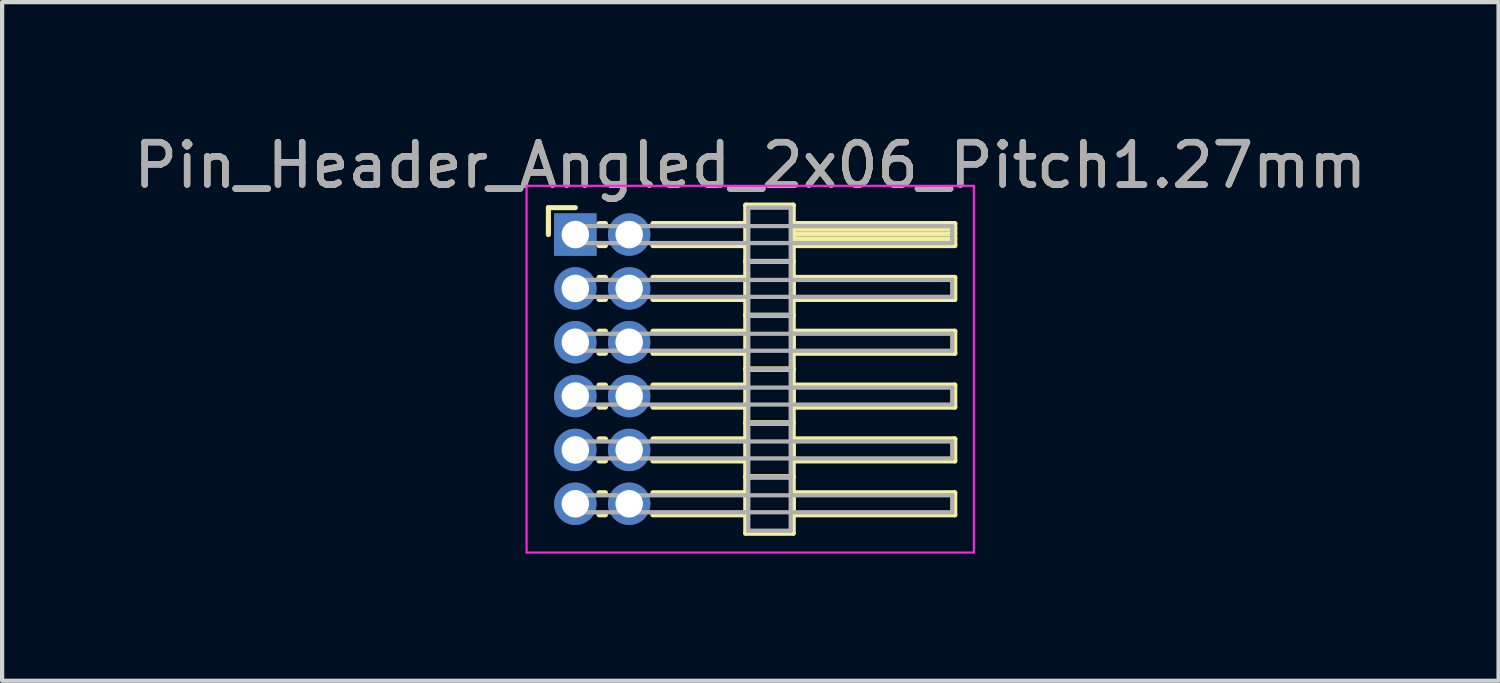
<source format=kicad_pcb>
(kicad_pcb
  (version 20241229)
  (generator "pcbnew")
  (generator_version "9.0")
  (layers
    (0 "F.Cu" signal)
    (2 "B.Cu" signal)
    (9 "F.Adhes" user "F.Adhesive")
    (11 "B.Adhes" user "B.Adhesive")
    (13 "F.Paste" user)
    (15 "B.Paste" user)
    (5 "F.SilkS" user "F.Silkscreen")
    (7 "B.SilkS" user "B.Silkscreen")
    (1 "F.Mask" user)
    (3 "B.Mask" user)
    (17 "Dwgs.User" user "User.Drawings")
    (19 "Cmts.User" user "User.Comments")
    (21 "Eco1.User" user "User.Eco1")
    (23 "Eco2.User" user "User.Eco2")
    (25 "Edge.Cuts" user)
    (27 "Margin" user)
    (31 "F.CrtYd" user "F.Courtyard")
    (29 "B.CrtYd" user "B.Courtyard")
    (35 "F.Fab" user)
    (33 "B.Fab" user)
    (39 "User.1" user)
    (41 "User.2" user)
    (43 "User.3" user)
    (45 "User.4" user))
  (footprint "Pin_Header_Angled_2x06_Pitch1.27mm"
    (layer "F.Cu")
    (at 10.521 2.483)
    (property "Reference" "Pin_Header_Angled_2x06_Pitch1.27mm" (at 4.128 -1.635 0) (layer "F.SilkS") (effects (font (size 1 1) (thickness 0.15))))
    (attr through_hole)
    (fp_line (start -0.635 -0.635) (end 0 -0.635) (stroke (width 0.12) (type solid)) (layer "F.SilkS"))
    (fp_line (start -0.635 0) (end -0.635 -0.635) (stroke (width 0.12) (type solid)) (layer "F.SilkS"))
    (fp_line (start 0.56 -0.26) (end 0.71 -0.26) (stroke (width 0.12) (type solid)) (layer "F.SilkS"))
    (fp_line (start 0.56 0.26) (end 0.71 0.26) (stroke (width 0.12) (type solid)) (layer "F.SilkS"))
    (fp_line (start 0.56 1.01) (end 0.71 1.01) (stroke (width 0.12) (type solid)) (layer "F.SilkS"))
    (fp_line (start 0.56 1.53) (end 0.71 1.53) (stroke (width 0.12) (type solid)) (layer "F.SilkS"))
    (fp_line (start 0.56 2.28) (end 0.71 2.28) (stroke (width 0.12) (type solid)) (layer "F.SilkS"))
    (fp_line (start 0.56 2.8) (end 0.71 2.8) (stroke (width 0.12) (type solid)) (layer "F.SilkS"))
    (fp_line (start 0.56 3.55) (end 0.71 3.55) (stroke (width 0.12) (type solid)) (layer "F.SilkS"))
    (fp_line (start 0.56 4.07) (end 0.71 4.07) (stroke (width 0.12) (type solid)) (layer "F.SilkS"))
    (fp_line (start 0.56 4.82) (end 0.71 4.82) (stroke (width 0.12) (type solid)) (layer "F.SilkS"))
    (fp_line (start 0.56 5.34) (end 0.71 5.34) (stroke (width 0.12) (type solid)) (layer "F.SilkS"))
    (fp_line (start 0.56 6.09) (end 0.71 6.09) (stroke (width 0.12) (type solid)) (layer "F.SilkS"))
    (fp_line (start 0.56 6.61) (end 0.71 6.61) (stroke (width 0.12) (type solid)) (layer "F.SilkS"))
    (fp_line (start 1.83 -0.26) (end 4.02 -0.26) (stroke (width 0.12) (type solid)) (layer "F.SilkS"))
    (fp_line (start 1.83 0.26) (end 4.02 0.26) (stroke (width 0.12) (type solid)) (layer "F.SilkS"))
    (fp_line (start 1.83 1.01) (end 4.02 1.01) (stroke (width 0.12) (type solid)) (layer "F.SilkS"))
    (fp_line (start 1.83 1.53) (end 4.02 1.53) (stroke (width 0.12) (type solid)) (layer "F.SilkS"))
    (fp_line (start 1.83 2.28) (end 4.02 2.28) (stroke (width 0.12) (type solid)) (layer "F.SilkS"))
    (fp_line (start 1.83 2.8) (end 4.02 2.8) (stroke (width 0.12) (type solid)) (layer "F.SilkS"))
    (fp_line (start 1.83 3.55) (end 4.02 3.55) (stroke (width 0.12) (type solid)) (layer "F.SilkS"))
    (fp_line (start 1.83 4.07) (end 4.02 4.07) (stroke (width 0.12) (type solid)) (layer "F.SilkS"))
    (fp_line (start 1.83 4.82) (end 4.02 4.82) (stroke (width 0.12) (type solid)) (layer "F.SilkS"))
    (fp_line (start 1.83 5.34) (end 4.02 5.34) (stroke (width 0.12) (type solid)) (layer "F.SilkS"))
    (fp_line (start 1.83 6.09) (end 4.02 6.09) (stroke (width 0.12) (type solid)) (layer "F.SilkS"))
    (fp_line (start 1.83 6.61) (end 4.02 6.61) (stroke (width 0.12) (type solid)) (layer "F.SilkS"))
    (fp_line (start 4.02 -0.695) (end 4.02 0.635) (stroke (width 0.12) (type solid)) (layer "F.SilkS"))
    (fp_line (start 4.02 0.635) (end 4.02 1.905) (stroke (width 0.12) (type solid)) (layer "F.SilkS"))
    (fp_line (start 4.02 0.635) (end 5.14 0.635) (stroke (width 0.12) (type solid)) (layer "F.SilkS"))
    (fp_line (start 4.02 1.905) (end 4.02 3.175) (stroke (width 0.12) (type solid)) (layer "F.SilkS"))
    (fp_line (start 4.02 1.905) (end 5.14 1.905) (stroke (width 0.12) (type solid)) (layer "F.SilkS"))
    (fp_line (start 4.02 3.175) (end 4.02 4.445) (stroke (width 0.12) (type solid)) (layer "F.SilkS"))
    (fp_line (start 4.02 3.175) (end 5.14 3.175) (stroke (width 0.12) (type solid)) (layer "F.SilkS"))
    (fp_line (start 4.02 4.445) (end 4.02 5.715) (stroke (width 0.12) (type solid)) (layer "F.SilkS"))
    (fp_line (start 4.02 4.445) (end 5.14 4.445) (stroke (width 0.12) (type solid)) (layer "F.SilkS"))
    (fp_line (start 4.02 5.715) (end 4.02 7.045) (stroke (width 0.12) (type solid)) (layer "F.SilkS"))
    (fp_line (start 4.02 5.715) (end 5.14 5.715) (stroke (width 0.12) (type solid)) (layer "F.SilkS"))
    (fp_line (start 4.02 7.045) (end 5.14 7.045) (stroke (width 0.12) (type solid)) (layer "F.SilkS"))
    (fp_line (start 5.14 -0.695) (end 4.02 -0.695) (stroke (width 0.12) (type solid)) (layer "F.SilkS"))
    (fp_line (start 5.14 -0.26) (end 5.14 0.26) (stroke (width 0.12) (type solid)) (layer "F.SilkS"))
    (fp_line (start 5.14 -0.14) (end 8.95 -0.14) (stroke (width 0.12) (type solid)) (layer "F.SilkS"))
    (fp_line (start 5.14 -0.02) (end 8.95 -0.02) (stroke (width 0.12) (type solid)) (layer "F.SilkS"))
    (fp_line (start 5.14 0.1) (end 8.95 0.1) (stroke (width 0.12) (type solid)) (layer "F.SilkS"))
    (fp_line (start 5.14 0.22) (end 8.95 0.22) (stroke (width 0.12) (type solid)) (layer "F.SilkS"))
    (fp_line (start 5.14 0.26) (end 8.95 0.26) (stroke (width 0.12) (type solid)) (layer "F.SilkS"))
    (fp_line (start 5.14 0.635) (end 4.02 0.635) (stroke (width 0.12) (type solid)) (layer "F.SilkS"))
    (fp_line (start 5.14 0.635) (end 5.14 -0.695) (stroke (width 0.12) (type solid)) (layer "F.SilkS"))
    (fp_line (start 5.14 1.01) (end 5.14 1.53) (stroke (width 0.12) (type solid)) (layer "F.SilkS"))
    (fp_line (start 5.14 1.53) (end 8.95 1.53) (stroke (width 0.12) (type solid)) (layer "F.SilkS"))
    (fp_line (start 5.14 1.905) (end 4.02 1.905) (stroke (width 0.12) (type solid)) (layer "F.SilkS"))
    (fp_line (start 5.14 1.905) (end 5.14 0.635) (stroke (width 0.12) (type solid)) (layer "F.SilkS"))
    (fp_line (start 5.14 2.28) (end 5.14 2.8) (stroke (width 0.12) (type solid)) (layer "F.SilkS"))
    (fp_line (start 5.14 2.8) (end 8.95 2.8) (stroke (width 0.12) (type solid)) (layer "F.SilkS"))
    (fp_line (start 5.14 3.175) (end 4.02 3.175) (stroke (width 0.12) (type solid)) (layer "F.SilkS"))
    (fp_line (start 5.14 3.175) (end 5.14 1.905) (stroke (width 0.12) (type solid)) (layer "F.SilkS"))
    (fp_line (start 5.14 3.55) (end 5.14 4.07) (stroke (width 0.12) (type solid)) (layer "F.SilkS"))
    (fp_line (start 5.14 4.07) (end 8.95 4.07) (stroke (width 0.12) (type solid)) (layer "F.SilkS"))
    (fp_line (start 5.14 4.445) (end 4.02 4.445) (stroke (width 0.12) (type solid)) (layer "F.SilkS"))
    (fp_line (start 5.14 4.445) (end 5.14 3.175) (stroke (width 0.12) (type solid)) (layer "F.SilkS"))
    (fp_line (start 5.14 4.82) (end 5.14 5.34) (stroke (width 0.12) (type solid)) (layer "F.SilkS"))
    (fp_line (start 5.14 5.34) (end 8.95 5.34) (stroke (width 0.12) (type solid)) (layer "F.SilkS"))
    (fp_line (start 5.14 5.715) (end 4.02 5.715) (stroke (width 0.12) (type solid)) (layer "F.SilkS"))
    (fp_line (start 5.14 5.715) (end 5.14 4.445) (stroke (width 0.12) (type solid)) (layer "F.SilkS"))
    (fp_line (start 5.14 6.09) (end 5.14 6.61) (stroke (width 0.12) (type solid)) (layer "F.SilkS"))
    (fp_line (start 5.14 6.61) (end 8.95 6.61) (stroke (width 0.12) (type solid)) (layer "F.SilkS"))
    (fp_line (start 5.14 7.045) (end 5.14 5.715) (stroke (width 0.12) (type solid)) (layer "F.SilkS"))
    (fp_line (start 8.95 -0.26) (end 5.14 -0.26) (stroke (width 0.12) (type solid)) (layer "F.SilkS"))
    (fp_line (start 8.95 0.26) (end 8.95 -0.26) (stroke (width 0.12) (type solid)) (layer "F.SilkS"))
    (fp_line (start 8.95 1.01) (end 5.14 1.01) (stroke (width 0.12) (type solid)) (layer "F.SilkS"))
    (fp_line (start 8.95 1.53) (end 8.95 1.01) (stroke (width 0.12) (type solid)) (layer "F.SilkS"))
    (fp_line (start 8.95 2.28) (end 5.14 2.28) (stroke (width 0.12) (type solid)) (layer "F.SilkS"))
    (fp_line (start 8.95 2.8) (end 8.95 2.28) (stroke (width 0.12) (type solid)) (layer "F.SilkS"))
    (fp_line (start 8.95 3.55) (end 5.14 3.55) (stroke (width 0.12) (type solid)) (layer "F.SilkS"))
    (fp_line (start 8.95 4.07) (end 8.95 3.55) (stroke (width 0.12) (type solid)) (layer "F.SilkS"))
    (fp_line (start 8.95 4.82) (end 5.14 4.82) (stroke (width 0.12) (type solid)) (layer "F.SilkS"))
    (fp_line (start 8.95 5.34) (end 8.95 4.82) (stroke (width 0.12) (type solid)) (layer "F.SilkS"))
    (fp_line (start 8.95 6.09) (end 5.14 6.09) (stroke (width 0.12) (type solid)) (layer "F.SilkS"))
    (fp_line (start 8.95 6.61) (end 8.95 6.09) (stroke (width 0.12) (type solid)) (layer "F.SilkS"))
    (fp_line (start -1.15 -1.15) (end -1.15 7.5) (stroke (width 0.05) (type solid)) (layer "F.CrtYd"))
    (fp_line (start -1.15 7.5) (end 9.4 7.5) (stroke (width 0.05) (type solid)) (layer "F.CrtYd"))
    (fp_line (start 9.4 -1.15) (end -1.15 -1.15) (stroke (width 0.05) (type solid)) (layer "F.CrtYd"))
    (fp_line (start 9.4 7.5) (end 9.4 -1.15) (stroke (width 0.05) (type solid)) (layer "F.CrtYd"))
    (fp_line (start 0 -0.2) (end 0 0.2) (stroke (width 0.1) (type solid)) (layer "F.Fab"))
    (fp_line (start 0 0.2) (end 8.89 0.2) (stroke (width 0.1) (type solid)) (layer "F.Fab"))
    (fp_line (start 0 1.07) (end 0 1.47) (stroke (width 0.1) (type solid)) (layer "F.Fab"))
    (fp_line (start 0 1.47) (end 8.89 1.47) (stroke (width 0.1) (type solid)) (layer "F.Fab"))
    (fp_line (start 0 2.34) (end 0 2.74) (stroke (width 0.1) (type solid)) (layer "F.Fab"))
    (fp_line (start 0 2.74) (end 8.89 2.74) (stroke (width 0.1) (type solid)) (layer "F.Fab"))
    (fp_line (start 0 3.61) (end 0 4.01) (stroke (width 0.1) (type solid)) (layer "F.Fab"))
    (fp_line (start 0 4.01) (end 8.89 4.01) (stroke (width 0.1) (type solid)) (layer "F.Fab"))
    (fp_line (start 0 4.88) (end 0 5.28) (stroke (width 0.1) (type solid)) (layer "F.Fab"))
    (fp_line (start 0 5.28) (end 8.89 5.28) (stroke (width 0.1) (type solid)) (layer "F.Fab"))
    (fp_line (start 0 6.15) (end 0 6.55) (stroke (width 0.1) (type solid)) (layer "F.Fab"))
    (fp_line (start 0 6.55) (end 8.89 6.55) (stroke (width 0.1) (type solid)) (layer "F.Fab"))
    (fp_line (start 4.08 -0.635) (end 4.08 0.635) (stroke (width 0.1) (type solid)) (layer "F.Fab"))
    (fp_line (start 4.08 0.635) (end 4.08 1.905) (stroke (width 0.1) (type solid)) (layer "F.Fab"))
    (fp_line (start 4.08 0.635) (end 5.08 0.635) (stroke (width 0.1) (type solid)) (layer "F.Fab"))
    (fp_line (start 4.08 1.905) (end 4.08 3.175) (stroke (width 0.1) (type solid)) (layer "F.Fab"))
    (fp_line (start 4.08 1.905) (end 5.08 1.905) (stroke (width 0.1) (type solid)) (layer "F.Fab"))
    (fp_line (start 4.08 3.175) (end 4.08 4.445) (stroke (width 0.1) (type solid)) (layer "F.Fab"))
    (fp_line (start 4.08 3.175) (end 5.08 3.175) (stroke (width 0.1) (type solid)) (layer "F.Fab"))
    (fp_line (start 4.08 4.445) (end 4.08 5.715) (stroke (width 0.1) (type solid)) (layer "F.Fab"))
    (fp_line (start 4.08 4.445) (end 5.08 4.445) (stroke (width 0.1) (type solid)) (layer "F.Fab"))
    (fp_line (start 4.08 5.715) (end 4.08 6.985) (stroke (width 0.1) (type solid)) (layer "F.Fab"))
    (fp_line (start 4.08 5.715) (end 5.08 5.715) (stroke (width 0.1) (type solid)) (layer "F.Fab"))
    (fp_line (start 4.08 6.985) (end 5.08 6.985) (stroke (width 0.1) (type solid)) (layer "F.Fab"))
    (fp_line (start 5.08 -0.635) (end 4.08 -0.635) (stroke (width 0.1) (type solid)) (layer "F.Fab"))
    (fp_line (start 5.08 0.635) (end 4.08 0.635) (stroke (width 0.1) (type solid)) (layer "F.Fab"))
    (fp_line (start 5.08 0.635) (end 5.08 -0.635) (stroke (width 0.1) (type solid)) (layer "F.Fab"))
    (fp_line (start 5.08 1.905) (end 4.08 1.905) (stroke (width 0.1) (type solid)) (layer "F.Fab"))
    (fp_line (start 5.08 1.905) (end 5.08 0.635) (stroke (width 0.1) (type solid)) (layer "F.Fab"))
    (fp_line (start 5.08 3.175) (end 4.08 3.175) (stroke (width 0.1) (type solid)) (layer "F.Fab"))
    (fp_line (start 5.08 3.175) (end 5.08 1.905) (stroke (width 0.1) (type solid)) (layer "F.Fab"))
    (fp_line (start 5.08 4.445) (end 4.08 4.445) (stroke (width 0.1) (type solid)) (layer "F.Fab"))
    (fp_line (start 5.08 4.445) (end 5.08 3.175) (stroke (width 0.1) (type solid)) (layer "F.Fab"))
    (fp_line (start 5.08 5.715) (end 4.08 5.715) (stroke (width 0.1) (type solid)) (layer "F.Fab"))
    (fp_line (start 5.08 5.715) (end 5.08 4.445) (stroke (width 0.1) (type solid)) (layer "F.Fab"))
    (fp_line (start 5.08 6.985) (end 5.08 5.715) (stroke (width 0.1) (type solid)) (layer "F.Fab"))
    (fp_line (start 8.89 -0.2) (end 0 -0.2) (stroke (width 0.1) (type solid)) (layer "F.Fab"))
    (fp_line (start 8.89 0.2) (end 8.89 -0.2) (stroke (width 0.1) (type solid)) (layer "F.Fab"))
    (fp_line (start 8.89 1.07) (end 0 1.07) (stroke (width 0.1) (type solid)) (layer "F.Fab"))
    (fp_line (start 8.89 1.47) (end 8.89 1.07) (stroke (width 0.1) (type solid)) (layer "F.Fab"))
    (fp_line (start 8.89 2.34) (end 0 2.34) (stroke (width 0.1) (type solid)) (layer "F.Fab"))
    (fp_line (start 8.89 2.74) (end 8.89 2.34) (stroke (width 0.1) (type solid)) (layer "F.Fab"))
    (fp_line (start 8.89 3.61) (end 0 3.61) (stroke (width 0.1) (type solid)) (layer "F.Fab"))
    (fp_line (start 8.89 4.01) (end 8.89 3.61) (stroke (width 0.1) (type solid)) (layer "F.Fab"))
    (fp_line (start 8.89 4.88) (end 0 4.88) (stroke (width 0.1) (type solid)) (layer "F.Fab"))
    (fp_line (start 8.89 5.28) (end 8.89 4.88) (stroke (width 0.1) (type solid)) (layer "F.Fab"))
    (fp_line (start 8.89 6.15) (end 0 6.15) (stroke (width 0.1) (type solid)) (layer "F.Fab"))
    (fp_line (start 8.89 6.55) (end 8.89 6.15) (stroke (width 0.1) (type solid)) (layer "F.Fab"))
    (fp_text user "${REFERENCE}" (at 4.128 -1.635 0) (layer "F.Fab") (effects (font (size 1 1) (thickness 0.15))))
    (pad "1" thru_hole rect (at 0 0) (size 1 1) (drill 0.65) (layers "*.Cu" "*.Mask"))
    (pad "2" thru_hole oval (at 1.27 0) (size 1 1) (drill 0.65) (layers "*.Cu" "*.Mask"))
    (pad "3" thru_hole oval (at 0 1.27) (size 1 1) (drill 0.65) (layers "*.Cu" "*.Mask"))
    (pad "4" thru_hole oval (at 1.27 1.27) (size 1 1) (drill 0.65) (layers "*.Cu" "*.Mask"))
    (pad "5" thru_hole oval (at 0 2.54) (size 1 1) (drill 0.65) (layers "*.Cu" "*.Mask"))
    (pad "6" thru_hole oval (at 1.27 2.54) (size 1 1) (drill 0.65) (layers "*.Cu" "*.Mask"))
    (pad "7" thru_hole oval (at 0 3.81) (size 1 1) (drill 0.65) (layers "*.Cu" "*.Mask"))
    (pad "8" thru_hole oval (at 1.27 3.81) (size 1 1) (drill 0.65) (layers "*.Cu" "*.Mask"))
    (pad "9" thru_hole oval (at 0 5.08) (size 1 1) (drill 0.65) (layers "*.Cu" "*.Mask"))
    (pad "10" thru_hole oval (at 1.27 5.08) (size 1 1) (drill 0.65) (layers "*.Cu" "*.Mask"))
    (pad "11" thru_hole oval (at 0 6.35) (size 1 1) (drill 0.65) (layers "*.Cu" "*.Mask"))
    (pad "12" thru_hole oval (at 1.27 6.35) (size 1 1) (drill 0.65) (layers "*.Cu" "*.Mask")))
  (gr_rect
    (start -3 -3)
    (end 32.298 13.008)
    (stroke (width 0.1) (type default))
    (fill no)
    (layer "Edge.Cuts")))
</source>
